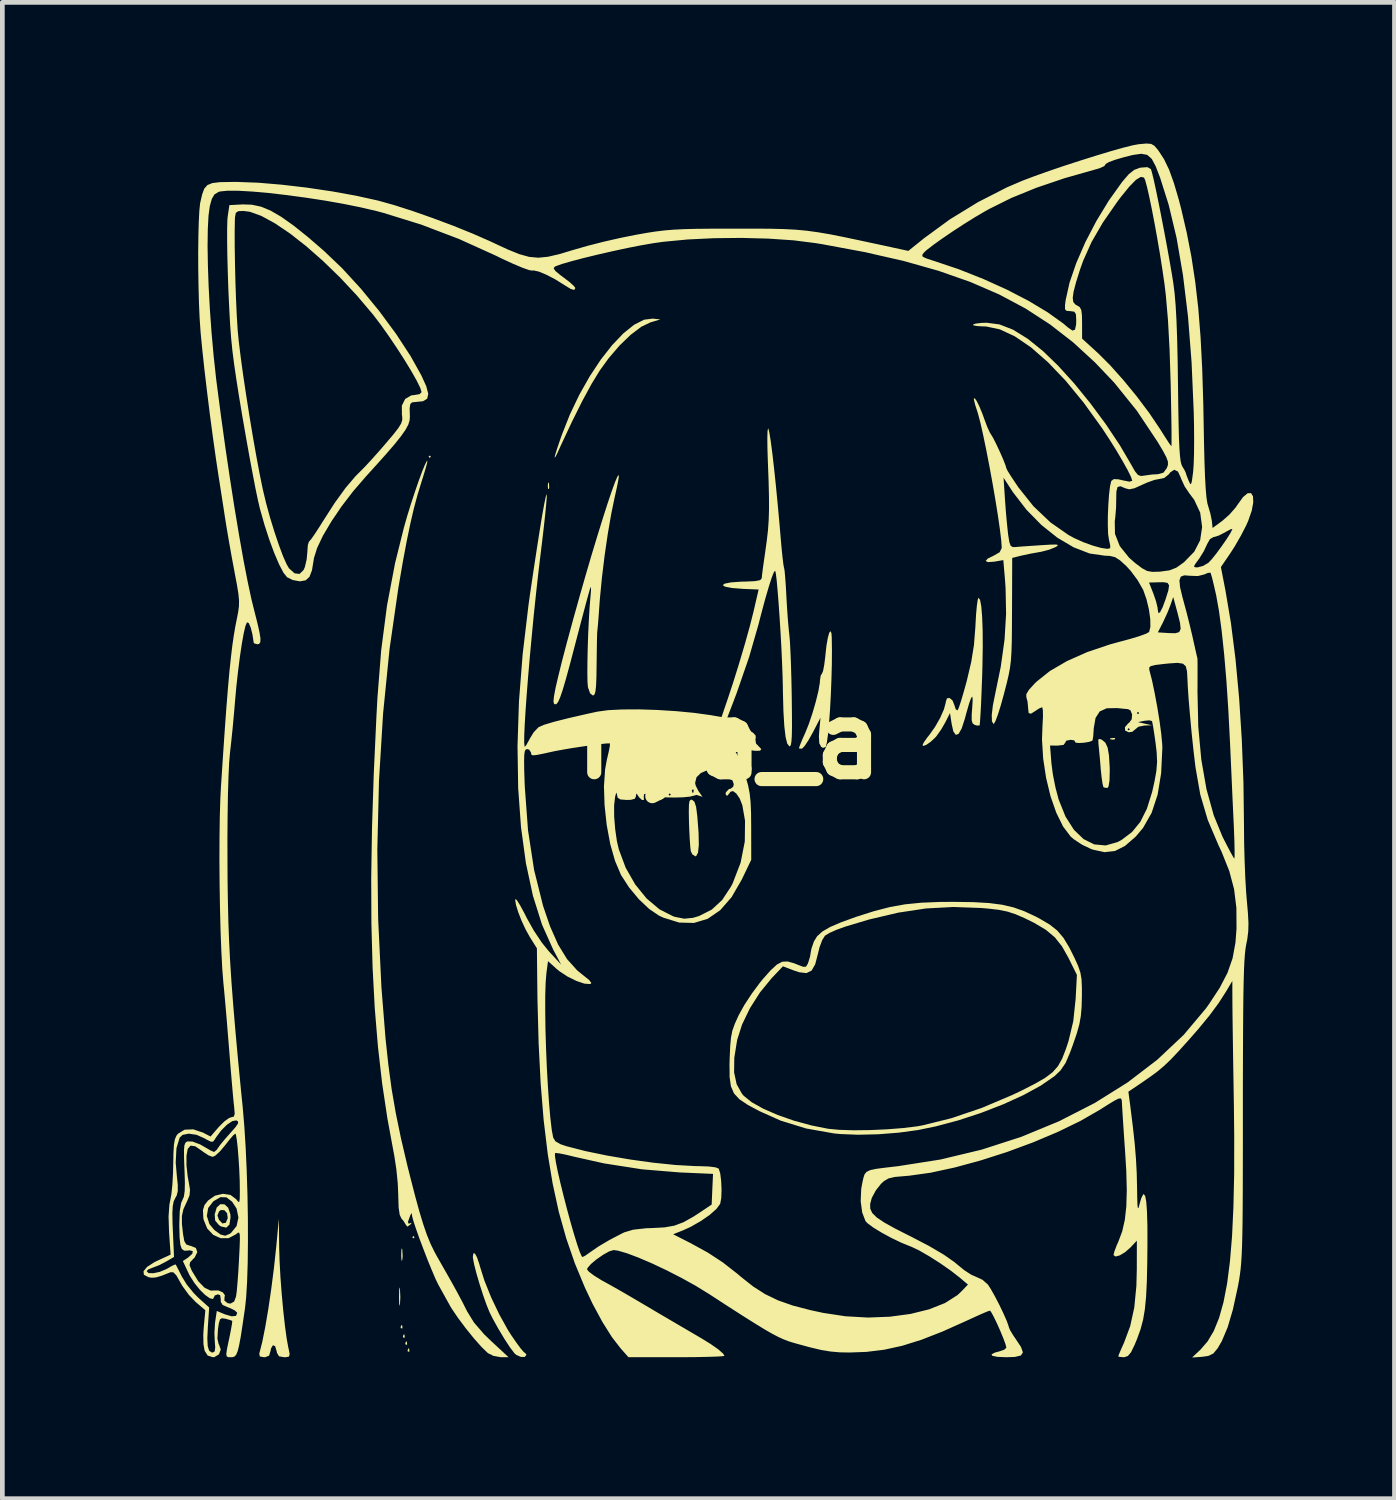
<source format=kicad_pcb>
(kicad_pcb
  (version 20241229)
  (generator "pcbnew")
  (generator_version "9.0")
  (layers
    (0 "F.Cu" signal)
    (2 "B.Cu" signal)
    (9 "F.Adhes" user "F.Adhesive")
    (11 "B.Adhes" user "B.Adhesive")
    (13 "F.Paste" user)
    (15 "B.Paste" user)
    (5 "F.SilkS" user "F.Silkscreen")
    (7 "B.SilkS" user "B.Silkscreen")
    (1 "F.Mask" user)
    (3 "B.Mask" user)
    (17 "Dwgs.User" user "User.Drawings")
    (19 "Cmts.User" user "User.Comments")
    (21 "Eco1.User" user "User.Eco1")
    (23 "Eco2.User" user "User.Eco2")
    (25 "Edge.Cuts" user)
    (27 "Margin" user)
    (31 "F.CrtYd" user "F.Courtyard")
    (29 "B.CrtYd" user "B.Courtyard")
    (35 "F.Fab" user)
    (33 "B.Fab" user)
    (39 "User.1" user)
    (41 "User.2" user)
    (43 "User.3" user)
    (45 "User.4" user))
  (footprint "nya_a"
    (layer "F.Cu")
    (at 12.445 12.672)
    (property "Reference" "nya_a" (at 0 0 0) (layer "F.SilkS") (effects (font (size 1.524 1.524) (thickness 0.3))))
    (attr board_only exclude_from_pos_files exclude_from_bom)
    (fp_poly (pts (xy -6.684 10.571) (xy -6.709 10.596) (xy -6.734 10.571) (xy -6.709 10.546)) (stroke (width 0) (type solid)) (fill yes) (layer "F.SilkS"))
    (fp_poly (pts (xy -6.338 -6.016) (xy -6.362 -5.991) (xy -6.387 -6.016) (xy -6.362 -6.041)) (stroke (width 0) (type solid)) (fill yes) (layer "F.SilkS"))
    (fp_poly (pts (xy -6.948 12.444) (xy -6.942 12.503) (xy -6.948 12.51) (xy -6.978 12.503) (xy -6.981 12.477) (xy -6.963 12.436)) (stroke (width 0) (type solid)) (fill yes) (layer "F.SilkS"))
    (fp_poly (pts (xy -6.899 12.642) (xy -6.893 12.701) (xy -6.899 12.708) (xy -6.928 12.701) (xy -6.932 12.675) (xy -6.914 12.634)) (stroke (width 0) (type solid)) (fill yes) (layer "F.SilkS"))
    (fp_poly (pts (xy -6.849 12.791) (xy -6.843 12.85) (xy -6.849 12.857) (xy -6.879 12.85) (xy -6.882 12.824) (xy -6.864 12.783)) (stroke (width 0) (type solid)) (fill yes) (layer "F.SilkS"))
    (fp_poly (pts (xy -6.8 12.939) (xy -6.794 12.998) (xy -6.8 13.005) (xy -6.829 12.999) (xy -6.833 12.972) (xy -6.815 12.932)) (stroke (width 0) (type solid)) (fill yes) (layer "F.SilkS"))
    (fp_poly (pts (xy -3.829 -5.459) (xy -3.823 -5.357) (xy -3.829 -5.335) (xy -3.847 -5.329) (xy -3.854 -5.397) (xy -3.846 -5.467)) (stroke (width 0) (type solid)) (fill yes) (layer "F.SilkS"))
    (fp_poly (pts (xy 8.206 -0.03) (xy 8.191 -0.007) (xy 8.141 -0.004) (xy 8.088 -0.016) (xy 8.111 -0.034) (xy 8.188 -0.04)) (stroke (width 0) (type solid)) (fill yes) (layer "F.SilkS"))
    (fp_poly (pts (xy -6.946 10.831) (xy -6.938 10.975) (xy -6.946 11.054) (xy -6.959 11.077) (xy -6.966 11.015) (xy -6.968 10.942) (xy -6.964 10.835) (xy -6.954 10.806)) (stroke (width 0) (type solid)) (fill yes) (layer "F.SilkS"))
    (fp_poly (pts (xy -6.996 11.663) (xy -6.995 11.673) (xy -6.987 11.846) (xy -6.995 11.994) (xy -7.005 12.032) (xy -7.012 11.981) (xy -7.015 11.854) (xy -7.015 11.834) (xy -7.012 11.698) (xy -7.006 11.637)) (stroke (width 0) (type solid)) (fill yes) (layer "F.SilkS"))
    (fp_poly (pts (xy -0.787 1.274) (xy -0.737 1.317) (xy -0.702 1.425) (xy -0.677 1.614) (xy -0.676 1.626) (xy -0.649 1.977) (xy -0.644 2.234) (xy -0.661 2.398) (xy -0.7 2.471) (xy -0.717 2.476) (xy -0.783 2.434) (xy -0.815 2.364) (xy -0.826 2.268) (xy -0.838 2.101) (xy -0.848 1.889) (xy -0.853 1.753) (xy -0.857 1.526) (xy -0.854 1.381) (xy -0.842 1.302) (xy -0.817 1.273)) (stroke (width 0) (type solid)) (fill yes) (layer "F.SilkS"))
    (fp_poly (pts (xy 7.926 0.002) (xy 7.996 0.062) (xy 8.044 0.166) (xy 8.072 0.329) (xy 8.087 0.57) (xy 8.089 0.652) (xy 8.084 0.865) (xy 8.063 0.992) (xy 8.038 1.025) (xy 7.965 1.013) (xy 7.952 0.999) (xy 7.935 0.93) (xy 7.915 0.791) (xy 7.896 0.61) (xy 7.895 0.588) (xy 7.878 0.387) (xy 7.861 0.208) (xy 7.849 0.089) (xy 7.849 0.087) (xy 7.845 -0.005) (xy 7.879 -0.019)) (stroke (width 0) (type solid)) (fill yes) (layer "F.SilkS"))
    (fp_poly (pts (xy -10.724 9.872) (xy -10.646 9.944) (xy -10.6 10.082) (xy -10.596 10.151) (xy -10.619 10.303) (xy -10.686 10.367) (xy -10.795 10.343) (xy -10.84 10.315) (xy -10.922 10.218) (xy -10.931 10.108) (xy -10.874 10.108) (xy -10.843 10.199) (xy -10.769 10.278) (xy -10.697 10.264) (xy -10.655 10.167) (xy -10.669 10.06) (xy -10.729 9.995) (xy -10.805 9.994) (xy -10.84 10.023) (xy -10.874 10.108) (xy -10.931 10.108) (xy -10.933 10.088) (xy -10.89 9.94) (xy -10.813 9.869)) (stroke (width 0) (type solid)) (fill yes) (layer "F.SilkS"))
    (fp_poly (pts (xy -1.461 -8.934) (xy -1.67 -8.872) (xy -1.866 -8.778) (xy -2.09 -8.609) (xy -2.327 -8.381) (xy -2.562 -8.107) (xy -2.75 -7.847) (xy -2.922 -7.566) (xy -3.121 -7.199) (xy -3.342 -6.756) (xy -3.581 -6.245) (xy -3.651 -6.09) (xy -3.692 -6.012) (xy -3.71 -5.999) (xy -3.696 -6.058) (xy -3.656 -6.187) (xy -3.596 -6.364) (xy -3.559 -6.47) (xy -3.385 -6.911) (xy -3.184 -7.332) (xy -2.962 -7.725) (xy -2.727 -8.08) (xy -2.487 -8.386) (xy -2.249 -8.636) (xy -2.02 -8.82) (xy -1.807 -8.928) (xy -1.626 -8.951)) (stroke (width 0) (type solid)) (fill yes) (layer "F.SilkS"))
    (fp_poly (pts (xy -5.4 10.921) (xy -5.356 11.003) (xy -5.308 11.145) (xy -5.3 11.176) (xy -5.201 11.492) (xy -5.057 11.85) (xy -4.885 12.211) (xy -4.702 12.54) (xy -4.64 12.638) (xy -4.525 12.806) (xy -4.429 12.936) (xy -4.364 13.011) (xy -4.347 13.022) (xy -4.309 13.06) (xy -4.308 13.071) (xy -4.344 13.116) (xy -4.428 13.114) (xy -4.523 13.072) (xy -4.565 13.034) (xy -4.66 12.908) (xy -4.78 12.724) (xy -4.907 12.512) (xy -5.022 12.304) (xy -5.09 12.168) (xy -5.155 12.009) (xy -5.228 11.802) (xy -5.302 11.572) (xy -5.368 11.347) (xy -5.418 11.152) (xy -5.444 11.014) (xy -5.446 10.983) (xy -5.433 10.91)) (stroke (width 0) (type solid)) (fill yes) (layer "F.SilkS"))
    (fp_poly (pts (xy -9.562 10.794) (xy -9.553 11.086) (xy -9.535 11.422) (xy -9.508 11.776) (xy -9.476 12.126) (xy -9.44 12.45) (xy -9.403 12.722) (xy -9.367 12.921) (xy -9.363 12.935) (xy -9.339 13.055) (xy -9.354 13.108) (xy -9.422 13.121) (xy -9.459 13.121) (xy -9.565 13.102) (xy -9.609 13.029) (xy -9.615 12.996) (xy -9.648 12.887) (xy -9.695 12.866) (xy -9.736 12.935) (xy -9.745 12.985) (xy -9.776 13.087) (xy -9.857 13.12) (xy -9.884 13.121) (xy -9.973 13.105) (xy -9.985 13.046) (xy -9.982 13.034) (xy -9.921 12.794) (xy -9.857 12.473) (xy -9.792 12.091) (xy -9.73 11.666) (xy -9.672 11.215) (xy -9.623 10.758) (xy -9.61 10.62) (xy -9.569 10.175)) (stroke (width 0) (type solid)) (fill yes) (layer "F.SilkS"))
    (fp_poly (pts (xy 2.174 -2.268) (xy 2.181 -2.179) (xy 2.185 -1.909) (xy 2.183 -1.603) (xy 2.174 -1.278) (xy 2.161 -0.949) (xy 2.144 -0.634) (xy 2.123 -0.35) (xy 2.101 -0.113) (xy 2.077 0.06) (xy 2.053 0.151) (xy 2.051 0.154) (xy 1.994 0.172) (xy 1.955 0.148) (xy 1.916 0.074) (xy 1.908 -0.069) (xy 1.916 -0.189) (xy 1.942 -0.47) (xy 1.776 -0.151) (xy 1.686 0.009) (xy 1.606 0.129) (xy 1.551 0.187) (xy 1.547 0.188) (xy 1.491 0.186) (xy 1.485 0.174) (xy 1.505 0.116) (xy 1.554 -0.005) (xy 1.614 -0.139) (xy 1.693 -0.334) (xy 1.772 -0.569) (xy 1.843 -0.814) (xy 1.898 -1.039) (xy 1.928 -1.215) (xy 1.931 -1.268) (xy 1.947 -1.367) (xy 1.973 -1.407) (xy 1.997 -1.465) (xy 2.022 -1.596) (xy 2.044 -1.774) (xy 2.047 -1.809) (xy 2.07 -2.011) (xy 2.098 -2.169) (xy 2.127 -2.273) (xy 2.154 -2.309)) (stroke (width 0) (type solid)) (fill yes) (layer "F.SilkS"))
    (fp_poly (pts (xy 5.333 -2.972) (xy 5.359 -2.834) (xy 5.377 -2.614) (xy 5.388 -2.322) (xy 5.39 -1.965) (xy 5.383 -1.552) (xy 5.377 -1.338) (xy 5.365 -1.032) (xy 5.354 -0.761) (xy 5.342 -0.54) (xy 5.332 -0.385) (xy 5.324 -0.309) (xy 5.322 -0.305) (xy 5.266 -0.303) (xy 5.219 -0.317) (xy 5.175 -0.348) (xy 5.155 -0.414) (xy 5.155 -0.538) (xy 5.166 -0.682) (xy 5.176 -0.846) (xy 5.169 -0.917) (xy 5.144 -0.893) (xy 5.101 -0.774) (xy 5.039 -0.559) (xy 5.009 -0.446) (xy 4.942 -0.24) (xy 4.877 -0.126) (xy 4.817 -0.105) (xy 4.765 -0.178) (xy 4.73 -0.332) (xy 4.694 -0.569) (xy 4.594 -0.371) (xy 4.506 -0.218) (xy 4.41 -0.083) (xy 4.389 -0.057) (xy 4.285 0.041) (xy 4.189 0.108) (xy 4.124 0.13) (xy 4.11 0.112) (xy 4.139 0.053) (xy 4.212 -0.051) (xy 4.259 -0.109) (xy 4.377 -0.276) (xy 4.485 -0.466) (xy 4.565 -0.647) (xy 4.603 -0.788) (xy 4.604 -0.805) (xy 4.63 -0.882) (xy 4.687 -0.888) (xy 4.749 -0.833) (xy 4.786 -0.74) (xy 4.817 -0.647) (xy 4.853 -0.625) (xy 4.856 -0.628) (xy 4.884 -0.689) (xy 4.929 -0.826) (xy 4.986 -1.02) (xy 5.05 -1.249) (xy 5.053 -1.263) (xy 5.145 -1.654) (xy 5.203 -2.013) (xy 5.233 -2.393) (xy 5.235 -2.438) (xy 5.248 -2.665) (xy 5.265 -2.851) (xy 5.283 -2.975) (xy 5.3 -3.02)) (stroke (width 0) (type solid)) (fill yes) (layer "F.SilkS"))
    (fp_poly (pts (xy -2.344 -5.628) (xy -2.346 -5.575) (xy -2.368 -5.448) (xy -2.406 -5.27) (xy -2.429 -5.169) (xy -2.504 -4.808) (xy -2.578 -4.38) (xy -2.646 -3.916) (xy -2.703 -3.446) (xy -2.746 -3.002) (xy -2.754 -2.896) (xy -2.77 -2.673) (xy -2.784 -2.487) (xy -2.796 -2.36) (xy -2.801 -2.315) (xy -2.805 -2.254) (xy -2.809 -2.114) (xy -2.812 -1.913) (xy -2.815 -1.672) (xy -2.816 -1.609) (xy -2.82 -1.334) (xy -2.828 -1.143) (xy -2.842 -1.023) (xy -2.862 -0.961) (xy -2.891 -0.941) (xy -2.894 -0.941) (xy -2.954 -0.987) (xy -2.998 -1.11) (xy -3.001 -1.123) (xy -3.01 -1.234) (xy -3.013 -1.423) (xy -3.011 -1.669) (xy -3.005 -1.952) (xy -2.995 -2.251) (xy -2.981 -2.545) (xy -2.965 -2.814) (xy -2.947 -3.037) (xy -2.945 -3.054) (xy -2.935 -3.181) (xy -2.938 -3.244) (xy -2.945 -3.243) (xy -2.964 -3.183) (xy -3.004 -3.041) (xy -3.061 -2.83) (xy -3.132 -2.563) (xy -3.213 -2.255) (xy -3.284 -1.983) (xy -3.387 -1.59) (xy -3.471 -1.284) (xy -3.538 -1.057) (xy -3.592 -0.9) (xy -3.635 -0.803) (xy -3.672 -0.758) (xy -3.705 -0.755) (xy -3.722 -0.768) (xy -3.733 -0.816) (xy -3.722 -0.925) (xy -3.689 -1.101) (xy -3.631 -1.351) (xy -3.549 -1.682) (xy -3.439 -2.101) (xy -3.438 -2.103) (xy -3.313 -2.563) (xy -3.184 -3.025) (xy -3.055 -3.477) (xy -2.928 -3.911) (xy -2.805 -4.317) (xy -2.691 -4.685) (xy -2.588 -5.007) (xy -2.499 -5.271) (xy -2.427 -5.47) (xy -2.375 -5.592) (xy -2.345 -5.629)) (stroke (width 0) (type solid)) (fill yes) (layer "F.SilkS"))
    (fp_poly (pts (xy -6.419 -5.882) (xy -6.452 -5.759) (xy -6.505 -5.585) (xy -6.539 -5.477) (xy -6.622 -5.206) (xy -6.699 -4.92) (xy -6.773 -4.602) (xy -6.849 -4.236) (xy -6.93 -3.806) (xy -7.018 -3.294) (xy -7.027 -3.243) (xy -7.216 -1.933) (xy -7.354 -0.556) (xy -7.441 0.87) (xy -7.476 2.327) (xy -7.459 3.797) (xy -7.389 5.261) (xy -7.302 6.347) (xy -7.242 6.905) (xy -7.172 7.424) (xy -7.084 7.933) (xy -6.975 8.463) (xy -6.839 9.044) (xy -6.782 9.27) (xy -6.674 9.691) (xy -6.581 10.03) (xy -6.498 10.303) (xy -6.421 10.525) (xy -6.345 10.712) (xy -6.263 10.879) (xy -6.219 10.96) (xy -6.136 11.106) (xy -6.026 11.299) (xy -5.913 11.498) (xy -5.905 11.512) (xy -5.786 11.727) (xy -5.664 11.956) (xy -5.567 12.148) (xy -5.422 12.384) (xy -5.208 12.632) (xy -5.056 12.779) (xy -4.687 13.121) (xy -4.856 13.12) (xy -5.005 13.094) (xy -5.127 13.034) (xy -5.128 13.033) (xy -5.261 12.904) (xy -5.426 12.718) (xy -5.6 12.502) (xy -5.763 12.284) (xy -5.893 12.092) (xy -5.929 12.032) (xy -6.029 11.852) (xy -6.126 11.677) (xy -6.178 11.583) (xy -6.237 11.463) (xy -6.314 11.282) (xy -6.404 11.063) (xy -6.496 10.825) (xy -6.584 10.591) (xy -6.658 10.382) (xy -6.712 10.219) (xy -6.737 10.122) (xy -6.737 10.115) (xy -6.745 10.059) (xy -6.769 10.092) (xy -6.783 10.125) (xy -6.825 10.243) (xy -6.812 10.284) (xy -6.771 10.27) (xy -6.744 10.264) (xy -6.777 10.304) (xy -6.837 10.346) (xy -6.868 10.31) (xy -6.921 10.223) (xy -6.961 10.178) (xy -7 10.097) (xy -7.023 9.945) (xy -7.031 9.707) (xy -7.031 9.679) (xy -7.042 9.425) (xy -7.072 9.128) (xy -7.115 8.843) (xy -7.129 8.769) (xy -7.262 8.048) (xy -7.374 7.301) (xy -7.463 6.522) (xy -7.531 5.702) (xy -7.577 4.834) (xy -7.602 3.909) (xy -7.606 2.921) (xy -7.589 1.861) (xy -7.552 0.722) (xy -7.495 -0.504) (xy -7.474 -0.891) (xy -7.394 -1.903) (xy -7.271 -2.849) (xy -7.1 -3.751) (xy -6.911 -4.511) (xy -6.841 -4.757) (xy -6.761 -5.016) (xy -6.677 -5.271) (xy -6.596 -5.506) (xy -6.523 -5.704) (xy -6.463 -5.85) (xy -6.423 -5.926) (xy -6.412 -5.933)) (stroke (width 0) (type solid)) (fill yes) (layer "F.SilkS"))
    (fp_poly (pts (xy 5.189 3.45) (xy 5.524 3.469) (xy 5.802 3.505) (xy 6.045 3.562) (xy 6.275 3.644) (xy 6.513 3.755) (xy 6.6 3.801) (xy 6.812 3.926) (xy 6.974 4.054) (xy 7.106 4.21) (xy 7.231 4.417) (xy 7.338 4.631) (xy 7.416 4.804) (xy 7.464 4.944) (xy 7.489 5.087) (xy 7.497 5.267) (xy 7.497 5.446) (xy 7.491 5.676) (xy 7.475 5.865) (xy 7.443 6.045) (xy 7.388 6.242) (xy 7.304 6.486) (xy 7.245 6.647) (xy 7.15 6.868) (xy 7.043 7.026) (xy 6.915 7.148) (xy 6.625 7.348) (xy 6.256 7.55) (xy 5.828 7.745) (xy 5.362 7.926) (xy 4.877 8.086) (xy 4.393 8.215) (xy 4.014 8.293) (xy 3.604 8.349) (xy 3.168 8.383) (xy 2.742 8.393) (xy 2.361 8.378) (xy 2.228 8.365) (xy 1.637 8.26) (xy 1.1 8.095) (xy 0.639 7.889) (xy 0.392 7.756) (xy 0.217 7.638) (xy 0.103 7.514) (xy 0.038 7.363) (xy 0.01 7.165) (xy 0.01 7.069) (xy 0.106 7.069) (xy 0.16 7.32) (xy 0.273 7.522) (xy 0.313 7.568) (xy 0.481 7.703) (xy 0.728 7.841) (xy 1.034 7.974) (xy 1.38 8.095) (xy 1.747 8.195) (xy 2.108 8.267) (xy 2.344 8.289) (xy 2.649 8.298) (xy 2.995 8.294) (xy 3.353 8.278) (xy 3.695 8.251) (xy 3.992 8.215) (xy 4.104 8.195) (xy 4.718 8.043) (xy 5.366 7.824) (xy 6.02 7.547) (xy 6.214 7.455) (xy 6.502 7.308) (xy 6.717 7.184) (xy 6.873 7.066) (xy 6.988 6.936) (xy 7.077 6.777) (xy 7.157 6.571) (xy 7.213 6.402) (xy 7.314 5.979) (xy 7.364 5.506) (xy 7.391 4.997) (xy 7.21 4.631) (xy 7.074 4.39) (xy 6.923 4.199) (xy 6.733 4.039) (xy 6.484 3.891) (xy 6.272 3.787) (xy 6.084 3.706) (xy 5.916 3.651) (xy 5.734 3.614) (xy 5.504 3.587) (xy 5.351 3.574) (xy 4.763 3.553) (xy 4.185 3.584) (xy 3.595 3.673) (xy 2.97 3.82) (xy 2.47 3.97) (xy 2.286 4.036) (xy 2.131 4.105) (xy 2.037 4.163) (xy 2.036 4.164) (xy 1.978 4.257) (xy 1.921 4.41) (xy 1.887 4.549) (xy 1.829 4.772) (xy 1.752 4.905) (xy 1.643 4.958) (xy 1.49 4.94) (xy 1.381 4.904) (xy 1.143 4.814) (xy 0.902 5.068) (xy 0.657 5.367) (xy 0.442 5.705) (xy 0.275 6.051) (xy 0.172 6.373) (xy 0.171 6.376) (xy 0.11 6.758) (xy 0.106 7.069) (xy 0.01 7.069) (xy 0.008 6.897) (xy 0.012 6.758) (xy 0.023 6.509) (xy 0.04 6.327) (xy 0.069 6.181) (xy 0.119 6.04) (xy 0.194 5.873) (xy 0.209 5.842) (xy 0.326 5.632) (xy 0.484 5.391) (xy 0.655 5.161) (xy 0.715 5.087) (xy 0.885 4.896) (xy 1.017 4.775) (xy 1.13 4.716) (xy 1.245 4.711) (xy 1.384 4.75) (xy 1.455 4.779) (xy 1.573 4.824) (xy 1.633 4.822) (xy 1.669 4.765) (xy 1.684 4.726) (xy 1.721 4.604) (xy 1.733 4.526) (xy 1.751 4.433) (xy 1.796 4.303) (xy 1.803 4.284) (xy 1.87 4.175) (xy 1.98 4.075) (xy 2.147 3.978) (xy 2.385 3.876) (xy 2.706 3.76) (xy 2.71 3.759) (xy 3.084 3.64) (xy 3.418 3.554) (xy 3.741 3.496) (xy 4.083 3.462) (xy 4.474 3.446) (xy 4.778 3.444)) (stroke (width 0) (type solid)) (fill yes) (layer "F.SilkS"))
    (fp_poly (pts (xy -10.144 -11.372) (xy -9.952 -11.331) (xy -9.746 -11.247) (xy -9.518 -11.114) (xy -9.254 -10.927) (xy -8.945 -10.679) (xy -8.614 -10.393) (xy -8.223 -10.02) (xy -7.825 -9.586) (xy -7.438 -9.114) (xy -7.079 -8.628) (xy -6.768 -8.152) (xy -6.54 -7.743) (xy -6.436 -7.513) (xy -6.394 -7.352) (xy -6.417 -7.249) (xy -6.507 -7.195) (xy -6.664 -7.179) (xy -6.737 -7.172) (xy -6.776 -7.136) (xy -6.789 -7.047) (xy -6.785 -6.883) (xy -6.784 -6.872) (xy -6.79 -6.79) (xy -6.818 -6.698) (xy -6.877 -6.589) (xy -6.972 -6.453) (xy -7.111 -6.279) (xy -7.302 -6.058) (xy -7.55 -5.782) (xy -7.72 -5.595) (xy -7.989 -5.283) (xy -8.237 -4.959) (xy -8.453 -4.64) (xy -8.63 -4.341) (xy -8.756 -4.076) (xy -8.823 -3.862) (xy -8.828 -3.826) (xy -8.865 -3.603) (xy -8.919 -3.462) (xy -9 -3.389) (xy -9.12 -3.368) (xy -9.124 -3.368) (xy -9.276 -3.396) (xy -9.396 -3.456) (xy -9.471 -3.551) (xy -9.563 -3.726) (xy -9.665 -3.965) (xy -9.771 -4.251) (xy -9.874 -4.568) (xy -9.968 -4.899) (xy -9.973 -4.918) (xy -10.012 -5.085) (xy -10.064 -5.333) (xy -10.124 -5.645) (xy -10.191 -6.002) (xy -10.26 -6.388) (xy -10.329 -6.786) (xy -10.342 -6.858) (xy -10.416 -7.303) (xy -10.474 -7.672) (xy -10.52 -7.987) (xy -10.556 -8.268) (xy -10.583 -8.537) (xy -10.604 -8.815) (xy -10.621 -9.124) (xy -10.638 -9.485) (xy -10.643 -9.605) (xy -10.655 -9.964) (xy -10.664 -10.303) (xy -10.668 -10.606) (xy -10.668 -10.789) (xy -10.508 -10.789) (xy -10.507 -10.476) (xy -10.501 -10.116) (xy -10.492 -9.735) (xy -10.479 -9.359) (xy -10.463 -9.012) (xy -10.445 -8.723) (xy -10.445 -8.714) (xy -10.421 -8.468) (xy -10.381 -8.143) (xy -10.329 -7.761) (xy -10.266 -7.34) (xy -10.197 -6.9) (xy -10.124 -6.46) (xy -10.05 -6.04) (xy -9.979 -5.659) (xy -9.913 -5.337) (xy -9.907 -5.31) (xy -9.839 -5.025) (xy -9.756 -4.723) (xy -9.664 -4.423) (xy -9.57 -4.144) (xy -9.482 -3.907) (xy -9.404 -3.731) (xy -9.354 -3.645) (xy -9.235 -3.538) (xy -9.129 -3.525) (xy -9.044 -3.608) (xy -9.016 -3.671) (xy -8.978 -3.833) (xy -8.962 -4.008) (xy -8.962 -4.014) (xy -8.953 -4.138) (xy -8.93 -4.211) (xy -8.924 -4.217) (xy -8.882 -4.264) (xy -8.804 -4.376) (xy -8.701 -4.534) (xy -8.642 -4.629) (xy -8.382 -5.034) (xy -8.15 -5.355) (xy -7.939 -5.603) (xy -7.848 -5.694) (xy -7.739 -5.804) (xy -7.589 -5.966) (xy -7.42 -6.156) (xy -7.293 -6.303) (xy -7.133 -6.492) (xy -7.029 -6.626) (xy -6.97 -6.722) (xy -6.946 -6.798) (xy -6.948 -6.873) (xy -6.954 -6.913) (xy -6.955 -7.102) (xy -6.885 -7.243) (xy -6.756 -7.319) (xy -6.683 -7.328) (xy -6.578 -7.346) (xy -6.536 -7.388) (xy -6.563 -7.478) (xy -6.639 -7.632) (xy -6.753 -7.834) (xy -6.896 -8.069) (xy -7.058 -8.321) (xy -7.229 -8.575) (xy -7.398 -8.814) (xy -7.557 -9.023) (xy -7.573 -9.043) (xy -7.914 -9.446) (xy -8.27 -9.826) (xy -8.631 -10.176) (xy -8.988 -10.49) (xy -9.331 -10.759) (xy -9.651 -10.975) (xy -9.938 -11.132) (xy -10.183 -11.221) (xy -10.321 -11.239) (xy -10.431 -11.234) (xy -10.483 -11.199) (xy -10.501 -11.106) (xy -10.504 -11.029) (xy -10.508 -10.789) (xy -10.668 -10.789) (xy -10.668 -10.856) (xy -10.663 -11.037) (xy -10.657 -11.116) (xy -10.62 -11.363) (xy -10.336 -11.378)) (stroke (width 0) (type solid)) (fill yes) (layer "F.SilkS"))
    (fp_poly (pts (xy 8.968 -12.664) (xy 9.037 -12.624) (xy 9.109 -12.541) (xy 9.124 -12.521) (xy 9.242 -12.34) (xy 9.35 -12.116) (xy 9.452 -11.833) (xy 9.557 -11.476) (xy 9.605 -11.292) (xy 9.725 -10.777) (xy 9.825 -10.262) (xy 9.906 -9.729) (xy 9.971 -9.165) (xy 10.019 -8.554) (xy 10.054 -7.881) (xy 10.077 -7.131) (xy 10.083 -6.808) (xy 10.092 -6.312) (xy 10.102 -5.906) (xy 10.114 -5.583) (xy 10.128 -5.335) (xy 10.144 -5.153) (xy 10.163 -5.029) (xy 10.178 -4.976) (xy 10.226 -4.813) (xy 10.257 -4.663) (xy 10.26 -4.639) (xy 10.274 -4.501) (xy 10.482 -4.654) (xy 10.631 -4.785) (xy 10.762 -4.934) (xy 10.801 -4.991) (xy 10.922 -5.159) (xy 11.02 -5.24) (xy 11.092 -5.242) (xy 11.133 -5.175) (xy 11.139 -5.048) (xy 11.107 -4.871) (xy 11.031 -4.652) (xy 10.989 -4.557) (xy 10.876 -4.338) (xy 10.741 -4.104) (xy 10.644 -3.954) (xy 10.451 -3.671) (xy 10.549 -3.166) (xy 10.664 -2.483) (xy 10.761 -1.719) (xy 10.838 -0.889) (xy 10.895 -0.01) (xy 10.93 0.903) (xy 10.942 1.834) (xy 10.942 1.852) (xy 10.945 2.203) (xy 10.955 2.571) (xy 10.969 2.924) (xy 10.987 3.233) (xy 11.001 3.405) (xy 11.026 3.688) (xy 11.037 3.902) (xy 11.032 4.075) (xy 11.012 4.235) (xy 10.99 4.346) (xy 10.975 4.432) (xy 10.962 4.547) (xy 10.951 4.697) (xy 10.942 4.89) (xy 10.935 5.132) (xy 10.929 5.432) (xy 10.925 5.796) (xy 10.922 6.231) (xy 10.92 6.746) (xy 10.918 7.347) (xy 10.918 7.873) (xy 10.918 8.516) (xy 10.917 9.069) (xy 10.916 9.539) (xy 10.914 9.936) (xy 10.911 10.268) (xy 10.906 10.544) (xy 10.9 10.771) (xy 10.892 10.958) (xy 10.882 11.114) (xy 10.87 11.247) (xy 10.855 11.366) (xy 10.838 11.479) (xy 10.817 11.594) (xy 10.808 11.64) (xy 10.706 12.107) (xy 10.595 12.484) (xy 10.47 12.78) (xy 10.382 12.931) (xy 10.29 13.042) (xy 10.183 13.094) (xy 10.055 13.112) (xy 9.839 13.127) (xy 10.019 12.958) (xy 10.169 12.784) (xy 10.3 12.563) (xy 10.412 12.287) (xy 10.506 11.953) (xy 10.583 11.555) (xy 10.643 11.088) (xy 10.688 10.547) (xy 10.717 9.927) (xy 10.733 9.223) (xy 10.734 8.429) (xy 10.727 7.773) (xy 10.72 7.331) (xy 10.713 6.905) (xy 10.707 6.51) (xy 10.702 6.158) (xy 10.698 5.863) (xy 10.696 5.639) (xy 10.695 5.501) (xy 10.695 5.496) (xy 10.694 5.125) (xy 10.562 5.347) (xy 10.403 5.595) (xy 10.211 5.855) (xy 9.97 6.148) (xy 9.765 6.382) (xy 9.556 6.614) (xy 9.391 6.789) (xy 9.248 6.926) (xy 9.106 7.046) (xy 8.944 7.165) (xy 8.742 7.305) (xy 8.736 7.309) (xy 8.485 7.478) (xy 8.526 7.787) (xy 8.58 8.223) (xy 8.62 8.587) (xy 8.646 8.906) (xy 8.662 9.205) (xy 8.669 9.506) (xy 8.673 9.743) (xy 8.678 9.889) (xy 8.687 9.954) (xy 8.701 9.947) (xy 8.72 9.876) (xy 8.722 9.865) (xy 8.76 9.738) (xy 8.798 9.663) (xy 8.811 9.655) (xy 8.842 9.695) (xy 8.865 9.817) (xy 8.88 10.025) (xy 8.889 10.323) (xy 8.89 10.712) (xy 8.886 11.116) (xy 8.877 11.517) (xy 8.861 11.84) (xy 8.835 12.103) (xy 8.797 12.327) (xy 8.742 12.532) (xy 8.668 12.736) (xy 8.616 12.861) (xy 8.541 13.015) (xy 8.475 13.095) (xy 8.4 13.12) (xy 8.386 13.121) (xy 8.296 13.114) (xy 8.269 13.102) (xy 8.288 13.051) (xy 8.337 12.936) (xy 8.394 12.809) (xy 8.524 12.459) (xy 8.61 12.065) (xy 8.655 11.607) (xy 8.664 11.251) (xy 8.665 10.644) (xy 8.529 10.789) (xy 8.415 10.889) (xy 8.301 10.957) (xy 8.212 10.981) (xy 8.17 10.951) (xy 8.17 10.943) (xy 8.189 10.869) (xy 8.238 10.74) (xy 8.275 10.657) (xy 8.354 10.445) (xy 8.409 10.203) (xy 8.441 9.917) (xy 8.451 9.573) (xy 8.44 9.157) (xy 8.416 8.764) (xy 8.395 8.464) (xy 8.377 8.19) (xy 8.362 7.962) (xy 8.352 7.797) (xy 8.348 7.716) (xy 8.343 7.652) (xy 8.324 7.621) (xy 8.276 7.625) (xy 8.185 7.671) (xy 8.036 7.762) (xy 7.877 7.863) (xy 7.467 8.099) (xy 6.988 8.332) (xy 6.46 8.555) (xy 5.905 8.76) (xy 5.343 8.94) (xy 4.795 9.089) (xy 4.282 9.2) (xy 3.824 9.264) (xy 3.703 9.274) (xy 3.512 9.291) (xy 3.386 9.322) (xy 3.29 9.379) (xy 3.227 9.437) (xy 3.117 9.577) (xy 3.035 9.729) (xy 3.028 9.748) (xy 2.997 9.865) (xy 2.999 9.965) (xy 3.042 10.057) (xy 3.137 10.151) (xy 3.293 10.256) (xy 3.519 10.382) (xy 3.826 10.538) (xy 3.843 10.546) (xy 4.243 10.754) (xy 4.56 10.94) (xy 4.789 11.1) (xy 4.847 11.149) (xy 4.999 11.273) (xy 5.146 11.368) (xy 5.249 11.413) (xy 5.385 11.476) (xy 5.498 11.575) (xy 5.563 11.675) (xy 5.649 11.828) (xy 5.742 12.007) (xy 5.829 12.189) (xy 5.898 12.345) (xy 5.937 12.452) (xy 5.942 12.476) (xy 5.969 12.543) (xy 6.038 12.657) (xy 6.09 12.733) (xy 6.204 12.905) (xy 6.243 13.018) (xy 6.201 13.084) (xy 6.072 13.115) (xy 5.889 13.121) (xy 5.7 13.113) (xy 5.594 13.091) (xy 5.576 13.06) (xy 5.649 13.022) (xy 5.744 12.997) (xy 5.848 12.961) (xy 5.892 12.918) (xy 5.892 12.918) (xy 5.873 12.843) (xy 5.825 12.713) (xy 5.759 12.553) (xy 5.686 12.39) (xy 5.617 12.249) (xy 5.565 12.155) (xy 5.543 12.131) (xy 5.485 12.15) (xy 5.358 12.204) (xy 5.183 12.283) (xy 5.042 12.348) (xy 4.533 12.576) (xy 4.085 12.751) (xy 3.678 12.878) (xy 3.295 12.962) (xy 2.915 13.008) (xy 2.559 13.021) (xy 2.349 13.017) (xy 2.156 13) (xy 1.955 12.967) (xy 1.719 12.911) (xy 1.419 12.829) (xy 1.37 12.815) (xy 1.266 12.783) (xy 1.162 12.743) (xy 1.047 12.691) (xy 0.911 12.62) (xy 0.745 12.524) (xy 0.538 12.397) (xy 0.279 12.234) (xy -0.042 12.028) (xy -0.434 11.773) (xy -0.446 11.766) (xy -0.714 11.601) (xy -1.014 11.435) (xy -1.326 11.275) (xy -1.635 11.129) (xy -1.922 11.006) (xy -2.171 10.912) (xy -2.364 10.856) (xy -2.456 10.844) (xy -2.549 10.872) (xy -2.678 10.944) (xy -2.816 11.04) (xy -2.936 11.14) (xy -3.009 11.224) (xy -3.02 11.254) (xy -2.979 11.305) (xy -2.872 11.385) (xy -2.72 11.48) (xy -2.686 11.499) (xy -2.557 11.57) (xy -2.452 11.629) (xy -2.355 11.684) (xy -2.248 11.745) (xy -2.116 11.822) (xy -1.944 11.923) (xy -1.715 12.058) (xy -1.485 12.194) (xy -1.236 12.34) (xy -0.992 12.483) (xy -0.777 12.609) (xy -0.618 12.702) (xy -0.594 12.716) (xy -0.39 12.842) (xy -0.229 12.955) (xy -0.127 13.045) (xy -0.099 13.092) (xy -0.146 13.1) (xy -0.278 13.108) (xy -0.479 13.114) (xy -0.735 13.119) (xy -1.033 13.121) (xy -1.119 13.121) (xy -2.139 13.121) (xy -2.304 12.935) (xy -2.492 12.692) (xy -2.694 12.37) (xy -2.901 11.987) (xy -3.063 11.645) (xy -3.277 11.13) (xy -3.461 10.597) (xy -3.619 10.034) (xy -3.75 9.432) (xy -3.848 8.843) (xy -3.702 8.843) (xy -3.681 8.981) (xy -3.641 9.179) (xy -3.585 9.422) (xy -3.518 9.693) (xy -3.445 9.975) (xy -3.37 10.252) (xy -3.296 10.507) (xy -3.229 10.724) (xy -3.173 10.887) (xy -3.132 10.978) (xy -3.117 10.992) (xy -3.059 10.964) (xy -2.962 10.896) (xy -2.951 10.888) (xy -2.777 10.768) (xy -2.544 10.63) (xy -2.285 10.495) (xy -2.228 10.467) (xy -2.039 10.411) (xy -1.762 10.38) (xy -1.634 10.376) (xy -1.373 10.362) (xy -1.164 10.325) (xy -0.971 10.253) (xy -0.759 10.134) (xy -0.619 10.043) (xy -0.371 9.877) (xy -0.357 9.551) (xy -0.342 9.225) (xy -1.05 9.194) (xy -1.85 9.128) (xy -2.657 9.002) (xy -3.28 8.863) (xy -3.465 8.818) (xy -3.609 8.789) (xy -3.69 8.78) (xy -3.699 8.782) (xy -3.702 8.843) (xy -3.848 8.843) (xy -3.857 8.783) (xy -3.942 8.077) (xy -4.005 7.304) (xy -4.048 6.455) (xy -4.073 5.521) (xy -4.077 5.199) (xy -4.085 4.431) (xy -4.24 4.184) (xy -4.327 4.026) (xy -4.411 3.845) (xy -4.481 3.666) (xy -4.529 3.512) (xy -4.546 3.409) (xy -4.539 3.383) (xy -4.507 3.413) (xy -4.444 3.514) (xy -4.359 3.67) (xy -4.3 3.787) (xy -4.151 4.054) (xy -3.98 4.31) (xy -3.828 4.498) (xy -3.569 4.778) (xy -3.74 4.456) (xy -3.977 3.926) (xy -4.17 3.312) (xy -4.319 2.62) (xy -4.423 1.856) (xy -4.483 1.025) (xy -4.497 0.132) (xy -4.466 -0.817) (xy -4.388 -1.816) (xy -4.264 -2.86) (xy -4.236 -3.062) (xy -4.157 -3.597) (xy -4.086 -4.063) (xy -4.024 -4.458) (xy -3.972 -4.775) (xy -3.929 -5.011) (xy -3.898 -5.16) (xy -3.879 -5.217) (xy -3.875 -5.214) (xy -3.876 -5.15) (xy -3.888 -5.003) (xy -3.909 -4.785) (xy -3.939 -4.512) (xy -3.976 -4.197) (xy -4.006 -3.952) (xy -4.055 -3.543) (xy -4.103 -3.111) (xy -4.15 -2.666) (xy -4.193 -2.218) (xy -4.234 -1.779) (xy -4.27 -1.36) (xy -4.301 -0.971) (xy -4.326 -0.622) (xy -4.344 -0.326) (xy -4.354 -0.092) (xy -4.355 0.068) (xy -4.346 0.144) (xy -4.342 0.149) (xy -4.308 0.108) (xy -4.253 0.009) (xy -4.236 -0.025) (xy -4.153 -0.16) (xy -4.057 -0.261) (xy -4.045 -0.27) (xy -3.933 -0.319) (xy -3.723 -0.382) (xy -3.415 -0.46) (xy -3.01 -0.553) (xy -2.797 -0.599) (xy -2.571 -0.63) (xy -2.269 -0.645) (xy -1.913 -0.647) (xy -1.525 -0.634) (xy -1.126 -0.609) (xy -0.739 -0.572) (xy -0.385 -0.523) (xy -0.341 -0.515) (xy -0.161 -0.484) (xy -0.053 -0.799) (xy 0.08 -1.199) (xy 0.212 -1.622) (xy 0.336 -2.04) (xy 0.442 -2.422) (xy 0.518 -2.723) (xy 0.627 -3.194) (xy 0.301 -3.207) (xy 0.06 -3.226) (xy -0.085 -3.254) (xy -0.136 -3.286) (xy -0.094 -3.319) (xy 0.038 -3.345) (xy 0.258 -3.361) (xy 0.359 -3.363) (xy 0.552 -3.372) (xy 0.659 -3.393) (xy 0.693 -3.431) (xy 0.693 -3.432) (xy 0.7 -3.507) (xy 0.719 -3.655) (xy 0.747 -3.853) (xy 0.769 -4.007) (xy 0.802 -4.244) (xy 0.826 -4.457) (xy 0.841 -4.669) (xy 0.848 -4.899) (xy 0.847 -5.166) (xy 0.839 -5.492) (xy 0.824 -5.895) (xy 0.823 -5.917) (xy 0.814 -6.197) (xy 0.812 -6.414) (xy 0.816 -6.557) (xy 0.827 -6.616) (xy 0.835 -6.61) (xy 0.856 -6.522) (xy 0.884 -6.348) (xy 0.917 -6.099) (xy 0.953 -5.789) (xy 0.991 -5.428) (xy 1.03 -5.029) (xy 1.069 -4.605) (xy 1.092 -4.335) (xy 1.113 -4.092) (xy 1.134 -3.886) (xy 1.152 -3.736) (xy 1.165 -3.662) (xy 1.167 -3.659) (xy 1.178 -3.598) (xy 1.191 -3.46) (xy 1.205 -3.265) (xy 1.216 -3.062) (xy 1.231 -2.803) (xy 1.249 -2.549) (xy 1.268 -2.335) (xy 1.28 -2.228) (xy 1.292 -2.096) (xy 1.303 -1.884) (xy 1.314 -1.613) (xy 1.323 -1.301) (xy 1.33 -0.97) (xy 1.331 -0.898) (xy 1.335 -0.541) (xy 1.336 -0.272) (xy 1.332 -0.08) (xy 1.323 0.045) (xy 1.31 0.114) (xy 1.29 0.139) (xy 1.28 0.138) (xy 1.235 0.081) (xy 1.2 -0.06) (xy 1.173 -0.289) (xy 1.154 -0.608) (xy 1.143 -1.022) (xy 1.142 -1.114) (xy 1.136 -1.355) (xy 1.125 -1.639) (xy 1.111 -1.951) (xy 1.093 -2.275) (xy 1.073 -2.595) (xy 1.052 -2.895) (xy 1.031 -3.161) (xy 1.012 -3.376) (xy 0.994 -3.525) (xy 0.98 -3.592) (xy 0.979 -3.593) (xy 0.951 -3.563) (xy 0.905 -3.446) (xy 0.842 -3.25) (xy 0.765 -2.986) (xy 0.678 -2.661) (xy 0.624 -2.451) (xy 0.424 -1.756) (xy 0.159 -0.99) (xy 0.081 -0.784) (xy -0.046 -0.454) (xy 0.212 -0.32) (xy 0.399 -0.22) (xy 0.51 -0.149) (xy 0.561 -0.094) (xy 0.567 -0.04) (xy 0.558 -0.014) (xy 0.57 0.077) (xy 0.62 0.13) (xy 0.684 0.197) (xy 0.658 0.232) (xy 0.547 0.234) (xy 0.385 0.209) (xy 0.237 0.183) (xy 0.135 0.171) (xy 0.107 0.173) (xy 0.119 0.221) (xy 0.165 0.305) (xy 0.216 0.408) (xy 0.28 0.573) (xy 0.346 0.767) (xy 0.354 0.792) (xy 0.403 0.967) (xy 0.436 1.134) (xy 0.456 1.32) (xy 0.466 1.552) (xy 0.469 1.856) (xy 0.469 1.857) (xy 0.47 2.55) (xy 0.268 2.971) (xy 0.053 3.343) (xy -0.189 3.621) (xy -0.455 3.804) (xy -0.747 3.892) (xy -1.061 3.884) (xy -1.397 3.78) (xy -1.491 3.736) (xy -1.699 3.595) (xy -1.919 3.387) (xy -2.126 3.138) (xy -2.297 2.873) (xy -2.299 2.869) (xy -2.424 2.575) (xy -2.527 2.213) (xy -2.602 1.808) (xy -2.647 1.391) (xy -2.444 1.391) (xy -2.443 1.63) (xy -2.422 1.896) (xy -2.385 2.152) (xy -2.345 2.325) (xy -2.199 2.718) (xy -1.997 3.072) (xy -1.754 3.372) (xy -1.48 3.603) (xy -1.188 3.751) (xy -1.15 3.763) (xy -0.952 3.802) (xy -0.766 3.783) (xy -0.639 3.745) (xy -0.37 3.609) (xy -0.149 3.406) (xy 0.038 3.122) (xy 0.075 3.051) (xy 0.244 2.612) (xy 0.333 2.161) (xy 0.338 1.72) (xy 0.281 1.391) (xy 0.225 1.248) (xy 0.153 1.142) (xy 0.081 1.089) (xy 0.026 1.105) (xy 0.014 1.126) (xy -0.034 1.184) (xy -0.052 1.188) (xy -0.076 1.152) (xy -0.067 1.114) (xy -0.005 1.048) (xy 0.03 1.04) (xy 0.086 0.999) (xy 0.099 0.941) (xy 0.069 0.86) (xy 0.027 0.842) (xy -0.06 0.804) (xy -0.084 0.775) (xy -0.186 0.676) (xy -0.322 0.637) (xy -0.468 0.649) (xy -0.6 0.705) (xy -0.693 0.796) (xy -0.723 0.916) (xy -0.71 0.974) (xy -0.654 1.085) (xy -0.6 1.164) (xy -0.564 1.217) (xy -0.59 1.203) (xy -0.591 1.203) (xy -0.693 1.171) (xy -0.738 1.184) (xy -0.829 1.207) (xy -0.978 1.222) (xy -1.155 1.227) (xy -1.329 1.224) (xy -1.472 1.213) (xy -1.554 1.192) (xy -1.562 1.185) (xy -1.602 1.164) (xy -1.287 1.164) (xy -1.263 1.188) (xy -1.238 1.164) (xy -1.263 1.139) (xy -1.287 1.164) (xy -1.602 1.164) (xy -1.628 1.15) (xy -1.716 1.139) (xy -1.807 1.155) (xy -1.815 1.21) (xy -1.814 1.213) (xy -1.81 1.277) (xy -1.852 1.279) (xy -1.913 1.222) (xy -1.927 1.201) (xy -1.966 1.142) (xy -1.978 1.17) (xy -1.979 1.198) (xy -2.004 1.253) (xy -2.091 1.276) (xy -2.179 1.278) (xy -2.309 1.268) (xy -2.368 1.232) (xy -2.382 1.17) (xy -2.392 1.121) (xy -2.411 1.165) (xy -2.423 1.213) (xy -2.444 1.391) (xy -2.647 1.391) (xy -2.647 1.39) (xy -2.657 1.089) (xy -0.792 1.089) (xy -0.774 1.13) (xy -0.759 1.122) (xy -0.753 1.064) (xy -0.759 1.056) (xy -0.789 1.063) (xy -0.792 1.089) (xy -2.657 1.089) (xy -2.66 0.986) (xy -2.635 0.622) (xy -2.598 0.422) (xy -2.559 0.255) (xy -2.535 0.132) (xy -2.532 0.078) (xy -2.533 0.077) (xy -2.588 0.076) (xy -2.718 0.089) (xy -2.9 0.112) (xy -3.113 0.142) (xy -3.333 0.175) (xy -3.538 0.21) (xy -3.706 0.241) (xy -3.734 0.247) (xy -3.951 0.295) (xy -4.089 0.322) (xy -4.166 0.33) (xy -4.2 0.319) (xy -4.208 0.292) (xy -4.209 0.273) (xy -4.249 0.209) (xy -4.291 0.198) (xy -4.321 0.206) (xy -4.342 0.24) (xy -4.353 0.313) (xy -4.357 0.439) (xy -4.355 0.632) (xy -4.346 0.906) (xy -4.342 1.003) (xy -4.274 1.921) (xy -4.145 2.764) (xy -3.954 3.529) (xy -3.807 3.961) (xy -3.634 4.352) (xy -3.445 4.66) (xy -3.229 4.9) (xy -3.106 5) (xy -2.975 5.105) (xy -2.928 5.168) (xy -2.95 5.191) (xy -3.075 5.182) (xy -3.246 5.124) (xy -3.433 5.032) (xy -3.605 4.919) (xy -3.665 4.87) (xy -3.849 4.704) (xy -3.883 4.959) (xy -3.899 5.159) (xy -3.908 5.436) (xy -3.908 5.772) (xy -3.903 6.15) (xy -3.891 6.551) (xy -3.874 6.958) (xy -3.852 7.354) (xy -3.827 7.72) (xy -3.799 8.039) (xy -3.769 8.293) (xy -3.739 8.453) (xy -3.692 8.532) (xy -3.582 8.595) (xy -3.453 8.638) (xy -3.052 8.741) (xy -2.591 8.836) (xy -2.099 8.92) (xy -1.605 8.988) (xy -1.138 9.036) (xy -0.726 9.059) (xy -0.609 9.061) (xy -0.427 9.068) (xy -0.289 9.086) (xy -0.222 9.112) (xy -0.221 9.114) (xy -0.189 9.215) (xy -0.169 9.378) (xy -0.161 9.564) (xy -0.167 9.737) (xy -0.189 9.857) (xy -0.19 9.861) (xy -0.268 9.968) (xy -0.413 10.097) (xy -0.604 10.229) (xy -0.816 10.35) (xy -0.978 10.424) (xy -1.189 10.508) (xy -0.818 10.697) (xy -0.452 10.898) (xy -0.134 11.106) (xy 0.182 11.353) (xy 0.253 11.414) (xy 0.511 11.618) (xy 0.766 11.781) (xy 1.04 11.913) (xy 1.356 12.024) (xy 1.735 12.122) (xy 1.998 12.179) (xy 2.474 12.251) (xy 2.951 12.278) (xy 3.417 12.26) (xy 3.855 12.201) (xy 4.251 12.103) (xy 4.589 11.969) (xy 4.853 11.801) (xy 4.934 11.725) (xy 5.075 11.577) (xy 4.902 11.43) (xy 4.712 11.282) (xy 4.487 11.125) (xy 4.255 10.977) (xy 4.042 10.854) (xy 3.875 10.774) (xy 3.855 10.767) (xy 3.661 10.688) (xy 3.448 10.586) (xy 3.242 10.474) (xy 3.065 10.366) (xy 2.94 10.273) (xy 2.898 10.228) (xy 2.828 10.045) (xy 2.796 9.806) (xy 2.807 9.546) (xy 2.829 9.423) (xy 2.853 9.313) (xy 2.878 9.235) (xy 2.921 9.182) (xy 2.998 9.145) (xy 3.124 9.118) (xy 3.316 9.093) (xy 3.59 9.061) (xy 4.489 8.92) (xy 5.366 8.71) (xy 6.211 8.437) (xy 7.016 8.104) (xy 7.772 7.717) (xy 8.47 7.28) (xy 9.101 6.797) (xy 9.658 6.273) (xy 10.13 5.712) (xy 10.192 5.626) (xy 10.425 5.272) (xy 10.591 4.953) (xy 10.7 4.64) (xy 10.761 4.306) (xy 10.783 4.011) (xy 10.78 3.569) (xy 10.731 3.173) (xy 10.629 2.788) (xy 10.466 2.381) (xy 10.398 2.236) (xy 10.171 1.702) (xy 10.013 1.165) (xy 9.911 0.584) (xy 9.909 0.569) (xy 9.868 0.222) (xy 9.829 -0.148) (xy 9.795 -0.515) (xy 9.766 -0.853) (xy 9.747 -1.136) (xy 9.74 -1.287) (xy 9.731 -1.456) (xy 9.705 -1.562) (xy 9.644 -1.618) (xy 9.531 -1.635) (xy 9.346 -1.623) (xy 9.222 -1.61) (xy 9.051 -1.589) (xy 8.959 -1.566) (xy 8.926 -1.532) (xy 8.932 -1.476) (xy 8.934 -1.469) (xy 8.989 -1.255) (xy 9.045 -0.986) (xy 9.1 -0.689) (xy 9.148 -0.391) (xy 9.184 -0.121) (xy 9.204 0.095) (xy 9.207 0.173) (xy 9.181 0.71) (xy 9.106 1.167) (xy 8.979 1.552) (xy 8.797 1.872) (xy 8.64 2.058) (xy 8.413 2.255) (xy 8.2 2.363) (xy 7.979 2.388) (xy 7.734 2.335) (xy 7.689 2.319) (xy 7.504 2.231) (xy 7.33 2.117) (xy 7.257 2.055) (xy 7.096 1.841) (xy 6.952 1.548) (xy 6.83 1.198) (xy 6.736 0.808) (xy 6.674 0.4) (xy 6.657 0.122) (xy 6.82 0.122) (xy 6.849 0.497) (xy 6.88 0.736) (xy 6.935 1.011) (xy 7.001 1.263) (xy 7.005 1.274) (xy 7.149 1.632) (xy 7.327 1.912) (xy 7.532 2.11) (xy 7.76 2.223) (xy 8.002 2.245) (xy 8.254 2.174) (xy 8.343 2.126) (xy 8.563 1.959) (xy 8.739 1.743) (xy 8.879 1.463) (xy 8.99 1.107) (xy 9.039 0.89) (xy 9.08 0.661) (xy 9.095 0.469) (xy 9.086 0.266) (xy 9.062 0.064) (xy 9.034 -0.133) (xy 9.009 -0.291) (xy 8.99 -0.385) (xy 8.985 -0.399) (xy 8.927 -0.414) (xy 8.827 -0.404) (xy 8.689 -0.376) (xy 8.838 -0.342) (xy 8.987 -0.309) (xy 8.824 -0.303) (xy 8.699 -0.278) (xy 8.633 -0.224) (xy 8.568 -0.17) (xy 8.492 -0.16) (xy 8.415 -0.197) (xy 8.414 -0.223) (xy 8.467 -0.223) (xy 8.491 -0.198) (xy 8.516 -0.223) (xy 8.491 -0.248) (xy 8.467 -0.223) (xy 8.414 -0.223) (xy 8.412 -0.269) (xy 8.482 -0.35) (xy 8.5 -0.361) (xy 8.556 -0.437) (xy 8.564 -0.539) (xy 8.552 -0.569) (xy 8.665 -0.569) (xy 8.689 -0.545) (xy 8.714 -0.569) (xy 8.689 -0.594) (xy 8.665 -0.569) (xy 8.552 -0.569) (xy 8.53 -0.625) (xy 8.479 -0.651) (xy 8.366 -0.662) (xy 8.244 -0.674) (xy 8.025 -0.67) (xy 7.876 -0.603) (xy 7.787 -0.465) (xy 7.749 -0.246) (xy 7.747 -0.21) (xy 7.738 -0.076) (xy 7.724 0.007) (xy 7.719 0.018) (xy 7.654 0.043) (xy 7.55 0.061) (xy 7.441 0.068) (xy 7.367 0.062) (xy 7.354 0.047) (xy 7.335 0.012) (xy 7.257 0) (xy 7.163 0.02) (xy 7.142 0.062) (xy 7.108 0.108) (xy 6.987 0.123) (xy 6.82 0.122) (xy 6.657 0.122) (xy 6.649 -0.006) (xy 6.66 -0.309) (xy 6.67 -0.49) (xy 6.668 -0.624) (xy 6.655 -0.689) (xy 6.65 -0.692) (xy 6.583 -0.663) (xy 6.514 -0.617) (xy 6.414 -0.554) (xy 6.366 -0.569) (xy 6.354 -0.669) (xy 6.354 -0.681) (xy 6.341 -0.816) (xy 6.317 -0.902) (xy 6.315 -0.969) (xy 6.371 -1.062) (xy 6.492 -1.195) (xy 6.535 -1.237) (xy 6.817 -1.462) (xy 7.181 -1.674) (xy 7.612 -1.865) (xy 8.092 -2.027) (xy 8.297 -2.083) (xy 8.527 -2.145) (xy 8.722 -2.204) (xy 8.861 -2.255) (xy 8.911 -2.283) (xy 9.111 -2.283) (xy 9.346 -2.268) (xy 9.484 -2.265) (xy 9.565 -2.289) (xy 9.596 -2.357) (xy 9.582 -2.486) (xy 9.531 -2.691) (xy 9.526 -2.709) (xy 9.438 -3.034) (xy 9.379 -2.864) (xy 9.318 -2.708) (xy 9.237 -2.532) (xy 9.216 -2.488) (xy 9.111 -2.283) (xy 8.911 -2.283) (xy 8.925 -2.291) (xy 8.925 -2.291) (xy 8.952 -2.396) (xy 8.95 -2.566) (xy 8.921 -2.772) (xy 8.87 -2.985) (xy 8.802 -3.179) (xy 8.795 -3.194) (xy 8.71 -3.342) (xy 8.924 -3.342) (xy 9.017 -3.105) (xy 9.072 -2.946) (xy 9.105 -2.809) (xy 9.11 -2.761) (xy 9.123 -2.692) (xy 9.158 -2.711) (xy 9.211 -2.813) (xy 9.277 -2.991) (xy 9.277 -2.992) (xy 9.334 -3.174) (xy 9.35 -3.282) (xy 9.318 -3.334) (xy 9.232 -3.349) (xy 9.141 -3.348) (xy 8.924 -3.342) (xy 8.71 -3.342) (xy 8.684 -3.387) (xy 9.57 -3.387) (xy 9.583 -3.244) (xy 9.636 -3.024) (xy 9.655 -2.954) (xy 9.719 -2.717) (xy 9.779 -2.479) (xy 9.843 -2.211) (xy 9.917 -1.88) (xy 9.928 -1.832) (xy 9.947 -1.751) (xy 9.952 -1.733) (xy 9.954 -1.677) (xy 9.955 -1.541) (xy 9.955 -1.344) (xy 9.954 -1.104) (xy 9.953 -1.04) (xy 9.97 -0.282) (xy 10.034 0.417) (xy 10.144 1.048) (xy 10.299 1.605) (xy 10.484 2.057) (xy 10.582 2.249) (xy 10.663 2.403) (xy 10.718 2.5) (xy 10.737 2.525) (xy 10.742 2.479) (xy 10.742 2.351) (xy 10.738 2.159) (xy 10.729 1.921) (xy 10.725 1.82) (xy 10.712 1.544) (xy 10.696 1.199) (xy 10.679 0.813) (xy 10.661 0.418) (xy 10.644 0.041) (xy 10.643 0.028) (xy 10.609 -0.635) (xy 10.568 -1.255) (xy 10.52 -1.82) (xy 10.467 -2.318) (xy 10.41 -2.74) (xy 10.35 -3.075) (xy 10.347 -3.087) (xy 10.302 -3.284) (xy 10.264 -3.441) (xy 10.236 -3.535) (xy 10.229 -3.552) (xy 10.175 -3.547) (xy 10.098 -3.514) (xy 9.961 -3.48) (xy 9.796 -3.486) (xy 9.672 -3.495) (xy 9.598 -3.467) (xy 9.57 -3.387) (xy 8.684 -3.387) (xy 8.683 -3.39) (xy 8.534 -3.59) (xy 8.441 -3.692) (xy 8.306 -3.815) (xy 8.201 -3.882) (xy 8.089 -3.908) (xy 7.982 -3.913) (xy 7.662 -3.959) (xy 7.323 -4.09) (xy 6.977 -4.294) (xy 6.638 -4.564) (xy 6.319 -4.889) (xy 6.034 -5.259) (xy 5.992 -5.323) (xy 5.832 -5.57) (xy 5.863 -5.1) (xy 5.881 -4.855) (xy 5.903 -4.61) (xy 5.924 -4.409) (xy 5.93 -4.357) (xy 5.955 -4.202) (xy 5.984 -4.122) (xy 6.032 -4.095) (xy 6.09 -4.097) (xy 6.196 -4.106) (xy 6.369 -4.118) (xy 6.576 -4.132) (xy 6.635 -4.136) (xy 6.834 -4.148) (xy 6.948 -4.15) (xy 6.989 -4.14) (xy 6.97 -4.116) (xy 6.932 -4.093) (xy 6.804 -4.041) (xy 6.636 -3.997) (xy 6.585 -3.988) (xy 6.401 -3.955) (xy 6.224 -3.917) (xy 6.189 -3.909) (xy 6.016 -3.865) (xy 6.012 -2.737) (xy 6.01 -2.373) (xy 6.007 -2.089) (xy 6 -1.867) (xy 5.988 -1.686) (xy 5.969 -1.529) (xy 5.94 -1.376) (xy 5.901 -1.208) (xy 5.849 -1.007) (xy 5.838 -0.965) (xy 5.773 -0.731) (xy 5.712 -0.536) (xy 5.661 -0.399) (xy 5.625 -0.337) (xy 5.62 -0.335) (xy 5.585 -0.393) (xy 5.581 -0.53) (xy 5.605 -0.73) (xy 5.642 -0.916) (xy 5.772 -1.549) (xy 5.853 -2.127) (xy 5.886 -2.676) (xy 5.875 -3.225) (xy 5.86 -3.437) (xy 5.827 -3.819) (xy 5.637 -3.786) (xy 5.5 -3.776) (xy 5.452 -3.801) (xy 5.496 -3.851) (xy 5.62 -3.912) (xy 5.748 -3.985) (xy 5.793 -4.075) (xy 5.793 -4.085) (xy 5.783 -4.238) (xy 5.755 -4.468) (xy 5.713 -4.759) (xy 5.66 -5.091) (xy 5.599 -5.446) (xy 5.533 -5.806) (xy 5.466 -6.152) (xy 5.401 -6.466) (xy 5.342 -6.729) (xy 5.291 -6.923) (xy 5.272 -6.985) (xy 5.227 -7.124) (xy 5.203 -7.226) (xy 5.201 -7.247) (xy 5.218 -7.261) (xy 5.261 -7.2) (xy 5.318 -7.085) (xy 5.381 -6.933) (xy 5.426 -6.808) (xy 5.485 -6.651) (xy 5.542 -6.527) (xy 5.568 -6.486) (xy 5.614 -6.409) (xy 5.681 -6.275) (xy 5.756 -6.115) (xy 5.825 -5.958) (xy 5.874 -5.832) (xy 5.892 -5.77) (xy 5.918 -5.716) (xy 5.989 -5.602) (xy 6.092 -5.447) (xy 6.148 -5.364) (xy 6.468 -4.963) (xy 6.829 -4.62) (xy 7.212 -4.353) (xy 7.335 -4.286) (xy 7.53 -4.199) (xy 7.728 -4.127) (xy 7.905 -4.078) (xy 8.037 -4.058) (xy 8.098 -4.071) (xy 8.099 -4.127) (xy 8.076 -4.238) (xy 8.071 -4.258) (xy 8.054 -4.374) (xy 8.048 -4.554) (xy 8.048 -4.645) (xy 8.195 -4.645) (xy 8.2 -4.377) (xy 8.302 -4.117) (xy 8.499 -3.871) (xy 8.632 -3.754) (xy 8.776 -3.646) (xy 8.883 -3.588) (xy 8.993 -3.569) (xy 9.146 -3.573) (xy 9.166 -3.575) (xy 9.357 -3.601) (xy 9.504 -3.658) (xy 9.532 -3.678) (xy 9.879 -3.678) (xy 9.916 -3.665) (xy 9.954 -3.664) (xy 10.069 -3.694) (xy 10.183 -3.76) (xy 10.253 -3.833) (xy 10.352 -3.956) (xy 10.462 -4.106) (xy 10.567 -4.257) (xy 10.65 -4.387) (xy 10.692 -4.47) (xy 10.695 -4.482) (xy 10.658 -4.474) (xy 10.566 -4.425) (xy 10.534 -4.406) (xy 10.407 -4.341) (xy 10.303 -4.309) (xy 10.291 -4.308) (xy 10.218 -4.264) (xy 10.155 -4.153) (xy 10.155 -4.151) (xy 10.087 -4.006) (xy 9.991 -3.852) (xy 9.974 -3.829) (xy 9.898 -3.725) (xy 9.879 -3.678) (xy 9.532 -3.678) (xy 9.659 -3.768) (xy 9.669 -3.776) (xy 9.885 -3.998) (xy 10.01 -4.24) (xy 10.051 -4.517) (xy 10.051 -4.527) (xy 10.011 -4.828) (xy 9.883 -5.101) (xy 9.782 -5.235) (xy 9.681 -5.385) (xy 9.607 -5.545) (xy 9.599 -5.569) (xy 9.539 -5.7) (xy 9.46 -5.739) (xy 9.374 -5.683) (xy 9.346 -5.644) (xy 9.247 -5.564) (xy 9.158 -5.545) (xy 9.043 -5.524) (xy 8.884 -5.467) (xy 8.776 -5.419) (xy 8.614 -5.346) (xy 8.506 -5.323) (xy 8.426 -5.343) (xy 8.423 -5.344) (xy 8.315 -5.389) (xy 8.255 -5.372) (xy 8.23 -5.278) (xy 8.227 -5.137) (xy 8.223 -4.929) (xy 8.205 -4.714) (xy 8.195 -4.645) (xy 8.048 -4.645) (xy 8.049 -4.771) (xy 8.059 -5) (xy 8.074 -5.214) (xy 8.095 -5.387) (xy 8.119 -5.492) (xy 8.125 -5.503) (xy 8.174 -5.54) (xy 8.271 -5.536) (xy 8.365 -5.514) (xy 8.509 -5.486) (xy 8.565 -5.504) (xy 8.566 -5.51) (xy 8.54 -5.589) (xy 8.469 -5.733) (xy 8.362 -5.924) (xy 8.231 -6.147) (xy 8.083 -6.383) (xy 7.931 -6.615) (xy 7.917 -6.635) (xy 7.533 -7.167) (xy 7.152 -7.631) (xy 6.778 -8.022) (xy 6.418 -8.338) (xy 6.075 -8.572) (xy 5.755 -8.722) (xy 5.462 -8.784) (xy 5.415 -8.785) (xy 5.276 -8.792) (xy 5.192 -8.808) (xy 5.181 -8.824) (xy 5.24 -8.845) (xy 5.366 -8.86) (xy 5.475 -8.863) (xy 5.748 -8.827) (xy 6.035 -8.715) (xy 6.345 -8.523) (xy 6.67 -8.261) (xy 6.991 -7.951) (xy 7.333 -7.574) (xy 7.677 -7.151) (xy 8.007 -6.705) (xy 8.303 -6.261) (xy 8.543 -5.851) (xy 8.626 -5.705) (xy 8.688 -5.629) (xy 8.751 -5.606) (xy 8.83 -5.616) (xy 8.988 -5.638) (xy 9.109 -5.644) (xy 9.23 -5.677) (xy 9.303 -5.776) (xy 9.326 -5.844) (xy 9.325 -5.914) (xy 9.291 -6.006) (xy 9.219 -6.142) (xy 9.105 -6.333) (xy 8.665 -6.993) (xy 8.185 -7.589) (xy 7.774 -8.021) (xy 7.31 -8.447) (xy 6.822 -8.826) (xy 6.302 -9.164) (xy 5.74 -9.464) (xy 5.126 -9.73) (xy 4.453 -9.966) (xy 3.71 -10.176) (xy 3.143 -10.305) (xy 4.104 -10.305) (xy 4.113 -10.268) (xy 4.186 -10.232) (xy 4.337 -10.182) (xy 4.345 -10.18) (xy 4.878 -10.001) (xy 5.403 -9.793) (xy 5.905 -9.566) (xy 6.366 -9.327) (xy 6.769 -9.085) (xy 7.099 -8.849) (xy 7.208 -8.757) (xy 7.297 -8.696) (xy 7.351 -8.717) (xy 7.374 -8.826) (xy 7.377 -8.921) (xy 7.37 -9.045) (xy 7.336 -9.098) (xy 7.254 -9.11) (xy 7.248 -9.11) (xy 7.171 -9.116) (xy 7.138 -9.15) (xy 7.138 -9.238) (xy 7.152 -9.346) (xy 7.162 -9.39) (xy 7.302 -9.39) (xy 7.314 -9.303) (xy 7.358 -9.251) (xy 7.39 -9.233) (xy 7.45 -9.196) (xy 7.484 -9.135) (xy 7.498 -9.024) (xy 7.501 -8.855) (xy 7.501 -8.526) (xy 7.845 -8.212) (xy 8.099 -7.958) (xy 8.379 -7.644) (xy 8.663 -7.298) (xy 8.927 -6.947) (xy 9.149 -6.617) (xy 9.16 -6.6) (xy 9.263 -6.438) (xy 9.344 -6.313) (xy 9.392 -6.247) (xy 9.399 -6.241) (xy 9.402 -6.287) (xy 9.402 -6.421) (xy 9.401 -6.627) (xy 9.397 -6.895) (xy 9.391 -7.211) (xy 9.384 -7.563) (xy 9.383 -7.588) (xy 9.36 -8.304) (xy 9.326 -8.923) (xy 9.281 -9.444) (xy 9.253 -9.68) (xy 9.209 -9.984) (xy 9.158 -10.31) (xy 9.101 -10.644) (xy 9.042 -10.97) (xy 8.984 -11.273) (xy 8.929 -11.538) (xy 8.881 -11.749) (xy 8.842 -11.892) (xy 8.817 -11.948) (xy 8.75 -11.963) (xy 8.647 -11.901) (xy 8.507 -11.759) (xy 8.324 -11.534) (xy 8.251 -11.437) (xy 7.942 -10.992) (xy 7.703 -10.58) (xy 7.524 -10.181) (xy 7.46 -10.002) (xy 7.373 -9.725) (xy 7.321 -9.526) (xy 7.302 -9.39) (xy 7.162 -9.39) (xy 7.234 -9.714) (xy 7.377 -10.131) (xy 7.57 -10.575) (xy 7.804 -11.024) (xy 8.069 -11.459) (xy 8.353 -11.857) (xy 8.354 -11.858) (xy 8.491 -12.018) (xy 8.607 -12.111) (xy 8.727 -12.156) (xy 8.743 -12.159) (xy 8.889 -12.17) (xy 8.963 -12.129) (xy 8.963 -12.129) (xy 8.985 -12.059) (xy 9.022 -11.908) (xy 9.07 -11.69) (xy 9.125 -11.422) (xy 9.185 -11.119) (xy 9.247 -10.797) (xy 9.308 -10.472) (xy 9.364 -10.159) (xy 9.413 -9.874) (xy 9.44 -9.704) (xy 9.467 -9.493) (xy 9.489 -9.233) (xy 9.507 -8.914) (xy 9.521 -8.525) (xy 9.532 -8.057) (xy 9.539 -7.553) (xy 9.545 -7.091) (xy 9.552 -6.719) (xy 9.559 -6.425) (xy 9.569 -6.201) (xy 9.581 -6.037) (xy 9.595 -5.923) (xy 9.613 -5.849) (xy 9.631 -5.81) (xy 9.685 -5.719) (xy 9.704 -5.674) (xy 9.722 -5.617) (xy 9.763 -5.512) (xy 9.795 -5.443) (xy 9.816 -5.434) (xy 9.834 -5.496) (xy 9.854 -5.641) (xy 9.861 -5.694) (xy 9.872 -5.849) (xy 9.88 -6.079) (xy 9.882 -6.363) (xy 9.88 -6.677) (xy 9.874 -6.957) (xy 9.828 -8.022) (xy 9.752 -8.994) (xy 9.645 -9.875) (xy 9.509 -10.667) (xy 9.341 -11.371) (xy 9.158 -11.949) (xy 9.065 -12.189) (xy 8.981 -12.346) (xy 8.885 -12.431) (xy 8.757 -12.454) (xy 8.576 -12.428) (xy 8.376 -12.377) (xy 8.196 -12.324) (xy 8.064 -12.274) (xy 8 -12.236) (xy 7.998 -12.227) (xy 7.971 -12.191) (xy 7.874 -12.147) (xy 7.812 -12.129) (xy 7.129 -11.935) (xy 6.53 -11.732) (xy 6 -11.516) (xy 5.525 -11.28) (xy 5.444 -11.235) (xy 5.229 -11.109) (xy 4.992 -10.961) (xy 4.751 -10.804) (xy 4.526 -10.651) (xy 4.335 -10.514) (xy 4.197 -10.407) (xy 4.142 -10.357) (xy 4.104 -10.305) (xy 3.143 -10.305) (xy 2.89 -10.363) (xy 1.981 -10.532) (xy 1.832 -10.556) (xy 1.367 -10.615) (xy 0.835 -10.651) (xy 0.264 -10.666) (xy -0.318 -10.66) (xy -0.88 -10.633) (xy -1.395 -10.584) (xy -1.609 -10.554) (xy -1.869 -10.509) (xy -2.165 -10.451) (xy -2.48 -10.383) (xy -2.794 -10.311) (xy -3.09 -10.239) (xy -3.349 -10.171) (xy -3.553 -10.112) (xy -3.683 -10.065) (xy -3.705 -10.055) (xy -3.729 -10.019) (xy -3.691 -9.962) (xy -3.582 -9.872) (xy -3.524 -9.829) (xy -3.391 -9.728) (xy -3.299 -9.644) (xy -3.268 -9.601) (xy -3.291 -9.56) (xy -3.367 -9.582) (xy -3.491 -9.658) (xy -3.689 -9.782) (xy -3.88 -9.882) (xy -4.044 -9.95) (xy -4.157 -9.975) (xy -4.181 -9.971) (xy -4.25 -9.982) (xy -4.392 -10.032) (xy -4.591 -10.116) (xy -4.83 -10.226) (xy -4.963 -10.291) (xy -5.74 -10.643) (xy -6.547 -10.95) (xy -7.344 -11.197) (xy -7.494 -11.237) (xy -7.828 -11.315) (xy -8.199 -11.39) (xy -8.595 -11.46) (xy -9 -11.522) (xy -9.401 -11.576) (xy -9.781 -11.62) (xy -10.128 -11.651) (xy -10.426 -11.668) (xy -10.661 -11.669) (xy -10.818 -11.653) (xy -10.851 -11.643) (xy -10.938 -11.59) (xy -10.994 -11.494) (xy -11.037 -11.339) (xy -11.064 -11.136) (xy -11.079 -10.85) (xy -11.084 -10.494) (xy -11.077 -10.083) (xy -11.061 -9.63) (xy -11.035 -9.152) (xy -11 -8.661) (xy -10.956 -8.172) (xy -10.905 -7.699) (xy -10.891 -7.585) (xy -10.8 -6.89) (xy -10.705 -6.206) (xy -10.607 -5.545) (xy -10.509 -4.917) (xy -10.412 -4.335) (xy -10.319 -3.81) (xy -10.23 -3.353) (xy -10.149 -2.976) (xy -10.102 -2.787) (xy -10.029 -2.499) (xy -9.982 -2.293) (xy -9.96 -2.157) (xy -9.963 -2.076) (xy -9.988 -2.038) (xy -10.026 -2.03) (xy -10.095 -2.05) (xy -10.104 -2.067) (xy -10.131 -2.244) (xy -10.168 -2.389) (xy -10.209 -2.481) (xy -10.246 -2.497) (xy -10.247 -2.495) (xy -10.279 -2.42) (xy -10.316 -2.262) (xy -10.356 -2.038) (xy -10.397 -1.764) (xy -10.436 -1.457) (xy -10.472 -1.134) (xy -10.496 -0.866) (xy -10.522 -0.563) (xy -10.552 -0.237) (xy -10.584 0.068) (xy -10.607 0.272) (xy -10.625 0.482) (xy -10.639 0.78) (xy -10.651 1.158) (xy -10.658 1.606) (xy -10.662 2.113) (xy -10.661 2.5) (xy -10.659 2.986) (xy -10.652 3.436) (xy -10.642 3.865) (xy -10.626 4.285) (xy -10.604 4.713) (xy -10.575 5.161) (xy -10.538 5.644) (xy -10.493 6.176) (xy -10.439 6.771) (xy -10.374 7.444) (xy -10.338 7.798) (xy -10.303 8.21) (xy -10.274 8.67) (xy -10.252 9.163) (xy -10.236 9.67) (xy -10.227 10.176) (xy -10.226 10.665) (xy -10.231 11.118) (xy -10.244 11.52) (xy -10.264 11.854) (xy -10.287 12.07) (xy -10.338 12.417) (xy -10.378 12.679) (xy -10.413 12.866) (xy -10.444 12.992) (xy -10.476 13.068) (xy -10.512 13.107) (xy -10.555 13.12) (xy -10.576 13.121) (xy -10.64 13.12) (xy -10.676 13.104) (xy -10.686 13.054) (xy -10.672 12.952) (xy -10.636 12.777) (xy -10.62 12.703) (xy -10.586 12.533) (xy -10.564 12.407) (xy -10.559 12.349) (xy -10.559 12.348) (xy -10.611 12.329) (xy -10.7 12.304) (xy -10.777 12.292) (xy -10.82 12.317) (xy -10.845 12.403) (xy -10.863 12.528) (xy -10.875 12.723) (xy -10.849 12.841) (xy -10.841 12.851) (xy -10.804 12.958) (xy -10.842 13.06) (xy -10.938 13.118) (xy -10.972 13.121) (xy -11.081 13.086) (xy -11.146 12.985) (xy -11.171 12.847) (xy -11.175 12.642) (xy -11.165 12.486) (xy -11.131 12.123) (xy -11.336 11.948) (xy -11.483 11.794) (xy -11.619 11.607) (xy -11.665 11.527) (xy -11.747 11.382) (xy -11.81 11.317) (xy -11.87 11.314) (xy -11.874 11.316) (xy -12.057 11.389) (xy -12.18 11.425) (xy -12.271 11.432) (xy -12.34 11.42) (xy -12.437 11.369) (xy -12.445 11.294) (xy -12.378 11.294) (xy -12.338 11.333) (xy -12.236 11.336) (xy -12.102 11.308) (xy -11.967 11.252) (xy -11.939 11.237) (xy -11.832 11.176) (xy -11.767 11.149) (xy -11.761 11.15) (xy -11.735 11.199) (xy -11.679 11.31) (xy -11.631 11.406) (xy -11.525 11.578) (xy -11.378 11.758) (xy -11.281 11.856) (xy -11.05 12.064) (xy -11.077 12.465) (xy -11.089 12.716) (xy -11.081 12.884) (xy -11.052 12.98) (xy -10.999 13.019) (xy -10.975 13.022) (xy -10.932 12.997) (xy -10.921 12.909) (xy -10.93 12.802) (xy -10.938 12.604) (xy -10.926 12.396) (xy -10.921 12.36) (xy -10.888 12.138) (xy -10.715 12.21) (xy -10.57 12.252) (xy -10.479 12.242) (xy -10.455 12.183) (xy -10.459 12.169) (xy -10.514 12.121) (xy -10.625 12.069) (xy -10.647 12.062) (xy -10.764 12.01) (xy -10.804 11.944) (xy -10.803 11.895) (xy -10.816 11.803) (xy -10.865 11.784) (xy -10.933 11.81) (xy -10.942 11.834) (xy -10.969 11.884) (xy -11.038 11.867) (xy -11.137 11.797) (xy -11.249 11.686) (xy -11.361 11.547) (xy -11.458 11.395) (xy -11.488 11.335) (xy -11.609 11.077) (xy -11.499 11.004) (xy -11.408 10.923) (xy -11.398 10.866) (xy -11.468 10.849) (xy -11.508 10.855) (xy -11.581 10.857) (xy -11.631 10.821) (xy -11.662 10.733) (xy -11.678 10.578) (xy -11.684 10.343) (xy -11.684 10.291) (xy -11.629 10.291) (xy -11.604 10.512) (xy -11.578 10.654) (xy -11.537 10.724) (xy -11.463 10.751) (xy -11.444 10.754) (xy -11.332 10.799) (xy -11.302 10.887) (xy -11.356 10.998) (xy -11.389 11.032) (xy -11.455 11.102) (xy -11.467 11.166) (xy -11.427 11.264) (xy -11.411 11.296) (xy -11.282 11.506) (xy -11.146 11.646) (xy -11.016 11.706) (xy -10.958 11.703) (xy -10.851 11.703) (xy -10.759 11.744) (xy -10.715 11.805) (xy -10.723 11.839) (xy -10.727 11.917) (xy -10.658 11.972) (xy -10.599 11.982) (xy -10.519 11.938) (xy -10.479 11.83) (xy -10.464 11.723) (xy -10.448 11.542) (xy -10.431 11.312) (xy -10.416 11.058) (xy -10.416 11.051) (xy -10.403 10.793) (xy -10.397 10.62) (xy -10.399 10.518) (xy -10.412 10.474) (xy -10.437 10.474) (xy -10.475 10.504) (xy -10.481 10.509) (xy -10.638 10.592) (xy -10.806 10.592) (xy -10.964 10.52) (xy -11.091 10.386) (xy -11.167 10.201) (xy -11.175 10.148) (xy -11.176 10.119) (xy -11.099 10.119) (xy -11.045 10.291) (xy -10.939 10.418) (xy -10.807 10.514) (xy -10.708 10.539) (xy -10.612 10.498) (xy -10.585 10.479) (xy -10.467 10.333) (xy -10.428 10.152) (xy -10.467 9.962) (xy -10.562 9.816) (xy -10.684 9.723) (xy -10.811 9.72) (xy -10.96 9.807) (xy -11.071 9.949) (xy -11.099 10.119) (xy -11.176 10.119) (xy -11.182 9.994) (xy -11.149 9.887) (xy -11.073 9.791) (xy -10.927 9.688) (xy -10.758 9.648) (xy -10.598 9.672) (xy -10.478 9.761) (xy -10.475 9.765) (xy -10.432 9.819) (xy -10.409 9.818) (xy -10.4 9.748) (xy -10.398 9.594) (xy -10.398 9.575) (xy -10.401 9.358) (xy -10.411 9.122) (xy -10.426 8.887) (xy -10.443 8.674) (xy -10.462 8.503) (xy -10.481 8.395) (xy -10.494 8.368) (xy -10.537 8.404) (xy -10.62 8.5) (xy -10.71 8.615) (xy -10.819 8.745) (xy -10.917 8.835) (xy -10.973 8.863) (xy -11.06 8.833) (xy -11.175 8.758) (xy -11.199 8.739) (xy -11.344 8.639) (xy -11.445 8.624) (xy -11.506 8.694) (xy -11.506 8.694) (xy -11.532 8.838) (xy -11.532 9.045) (xy -11.506 9.28) (xy -11.484 9.4) (xy -11.457 9.562) (xy -11.467 9.681) (xy -11.518 9.805) (xy -11.533 9.835) (xy -11.598 9.977) (xy -11.629 10.118) (xy -11.629 10.291) (xy -11.684 10.291) (xy -11.684 10.271) (xy -11.675 10.014) (xy -11.645 9.842) (xy -11.618 9.78) (xy -11.587 9.709) (xy -11.57 9.591) (xy -11.566 9.408) (xy -11.574 9.143) (xy -11.575 9.128) (xy -11.584 8.883) (xy -11.585 8.719) (xy -11.576 8.618) (xy -11.555 8.564) (xy -11.52 8.537) (xy -11.514 8.535) (xy -11.403 8.538) (xy -11.24 8.6) (xy -11.042 8.714) (xy -11.024 8.726) (xy -10.945 8.76) (xy -10.888 8.713) (xy -10.875 8.692) (xy -10.813 8.605) (xy -10.707 8.477) (xy -10.602 8.359) (xy -10.488 8.229) (xy -10.436 8.152) (xy -10.438 8.109) (xy -10.473 8.088) (xy -10.558 8.103) (xy -10.673 8.181) (xy -10.796 8.304) (xy -10.905 8.451) (xy -10.927 8.487) (xy -10.965 8.539) (xy -11.015 8.541) (xy -11.109 8.493) (xy -11.145 8.471) (xy -11.317 8.395) (xy -11.483 8.37) (xy -11.615 8.396) (xy -11.677 8.454) (xy -11.745 8.679) (xy -11.761 8.984) (xy -11.738 9.255) (xy -11.717 9.457) (xy -11.717 9.591) (xy -11.74 9.684) (xy -11.77 9.738) (xy -11.804 9.81) (xy -11.824 9.912) (xy -11.832 10.062) (xy -11.828 10.281) (xy -11.822 10.423) (xy -11.797 10.99) (xy -11.966 11.089) (xy -12.11 11.164) (xy -12.242 11.215) (xy -12.257 11.22) (xy -12.348 11.258) (xy -12.378 11.294) (xy -12.445 11.294) (xy -12.445 11.294) (xy -12.37 11.202) (xy -12.215 11.102) (xy -12.143 11.067) (xy -11.869 10.941) (xy -11.902 10.469) (xy -11.913 10.131) (xy -11.895 9.877) (xy -11.877 9.788) (xy -11.852 9.652) (xy -11.831 9.447) (xy -11.818 9.206) (xy -11.814 9.029) (xy -11.809 8.778) (xy -11.799 8.606) (xy -11.779 8.492) (xy -11.747 8.416) (xy -11.714 8.373) (xy -11.573 8.286) (xy -11.389 8.278) (xy -11.18 8.348) (xy -11.177 8.35) (xy -11.02 8.431) (xy -10.844 8.226) (xy -10.729 8.111) (xy -10.626 8.037) (xy -10.579 8.021) (xy -10.525 8.007) (xy -10.507 7.947) (xy -10.518 7.816) (xy -10.518 7.811) (xy -10.531 7.695) (xy -10.549 7.501) (xy -10.571 7.247) (xy -10.596 6.953) (xy -10.621 6.639) (xy -10.621 6.635) (xy -10.649 6.294) (xy -10.677 5.947) (xy -10.705 5.623) (xy -10.73 5.347) (xy -10.747 5.174) (xy -10.771 4.873) (xy -10.791 4.492) (xy -10.808 4.051) (xy -10.82 3.57) (xy -10.828 3.068) (xy -10.832 2.564) (xy -10.83 2.079) (xy -10.824 1.632) (xy -10.812 1.241) (xy -10.799 0.99) (xy -10.756 0.341) (xy -10.718 -0.219) (xy -10.683 -0.698) (xy -10.65 -1.107) (xy -10.619 -1.454) (xy -10.588 -1.749) (xy -10.558 -2.001) (xy -10.526 -2.22) (xy -10.493 -2.415) (xy -10.463 -2.563) (xy -10.434 -2.713) (xy -10.417 -2.837) (xy -10.415 -2.96) (xy -10.429 -3.105) (xy -10.46 -3.297) (xy -10.51 -3.56) (xy -10.513 -3.578) (xy -10.57 -3.883) (xy -10.629 -4.214) (xy -10.682 -4.527) (xy -10.718 -4.753) (xy -10.757 -5.009) (xy -10.797 -5.265) (xy -10.831 -5.483) (xy -10.845 -5.57) (xy -10.905 -5.967) (xy -10.969 -6.421) (xy -11.034 -6.907) (xy -11.095 -7.399) (xy -11.151 -7.871) (xy -11.197 -8.299) (xy -11.232 -8.657) (xy -11.234 -8.689) (xy -11.253 -8.965) (xy -11.267 -9.288) (xy -11.276 -9.641) (xy -11.282 -10.007) (xy -11.283 -10.368) (xy -11.279 -10.705) (xy -11.271 -11.001) (xy -11.259 -11.238) (xy -11.243 -11.398) (xy -11.238 -11.422) (xy -11.198 -11.593) (xy -11.154 -11.713) (xy -11.087 -11.789) (xy -10.981 -11.832) (xy -10.818 -11.851) (xy -10.582 -11.855) (xy -10.439 -11.855) (xy -10.007 -11.839) (xy -9.509 -11.797) (xy -8.977 -11.735) (xy -8.439 -11.655) (xy -7.925 -11.562) (xy -7.464 -11.46) (xy -7.452 -11.457) (xy -7.117 -11.363) (xy -6.721 -11.236) (xy -6.292 -11.085) (xy -5.859 -10.923) (xy -5.449 -10.757) (xy -5.091 -10.6) (xy -5.016 -10.565) (xy -4.706 -10.421) (xy -4.459 -10.321) (xy -4.25 -10.263) (xy -4.054 -10.245) (xy -3.848 -10.266) (xy -3.606 -10.322) (xy -3.304 -10.413) (xy -3.293 -10.416) (xy -3.007 -10.498) (xy -2.666 -10.585) (xy -2.311 -10.666) (xy -1.986 -10.731) (xy -1.981 -10.732) (xy -1.758 -10.772) (xy -1.563 -10.802) (xy -1.377 -10.825) (xy -1.184 -10.841) (xy -0.965 -10.852) (xy -0.703 -10.859) (xy -0.382 -10.862) (xy 0.018 -10.863) (xy 0.124 -10.863) (xy 0.535 -10.863) (xy 0.874 -10.861) (xy 1.16 -10.854) (xy 1.411 -10.841) (xy 1.648 -10.819) (xy 1.889 -10.786) (xy 2.153 -10.741) (xy 2.459 -10.68) (xy 2.826 -10.602) (xy 3.204 -10.521) (xy 3.808 -10.39) (xy 4.144 -10.66) (xy 4.691 -11.06) (xy 5.292 -11.428) (xy 5.907 -11.742) (xy 6.239 -11.884) (xy 6.496 -11.981) (xy 6.797 -12.088) (xy 7.126 -12.2) (xy 7.466 -12.31) (xy 7.797 -12.414) (xy 8.105 -12.507) (xy 8.37 -12.582) (xy 8.576 -12.634) (xy 8.701 -12.657) (xy 8.867 -12.672)) (stroke (width 0) (type solid)) (fill yes) (layer "F.SilkS")))
  (gr_rect
    (start -3 -3)
    (end 26.585 28.799)
    (stroke (width 0.1) (type default))
    (fill no)
    (layer "Edge.Cuts")))
</source>
